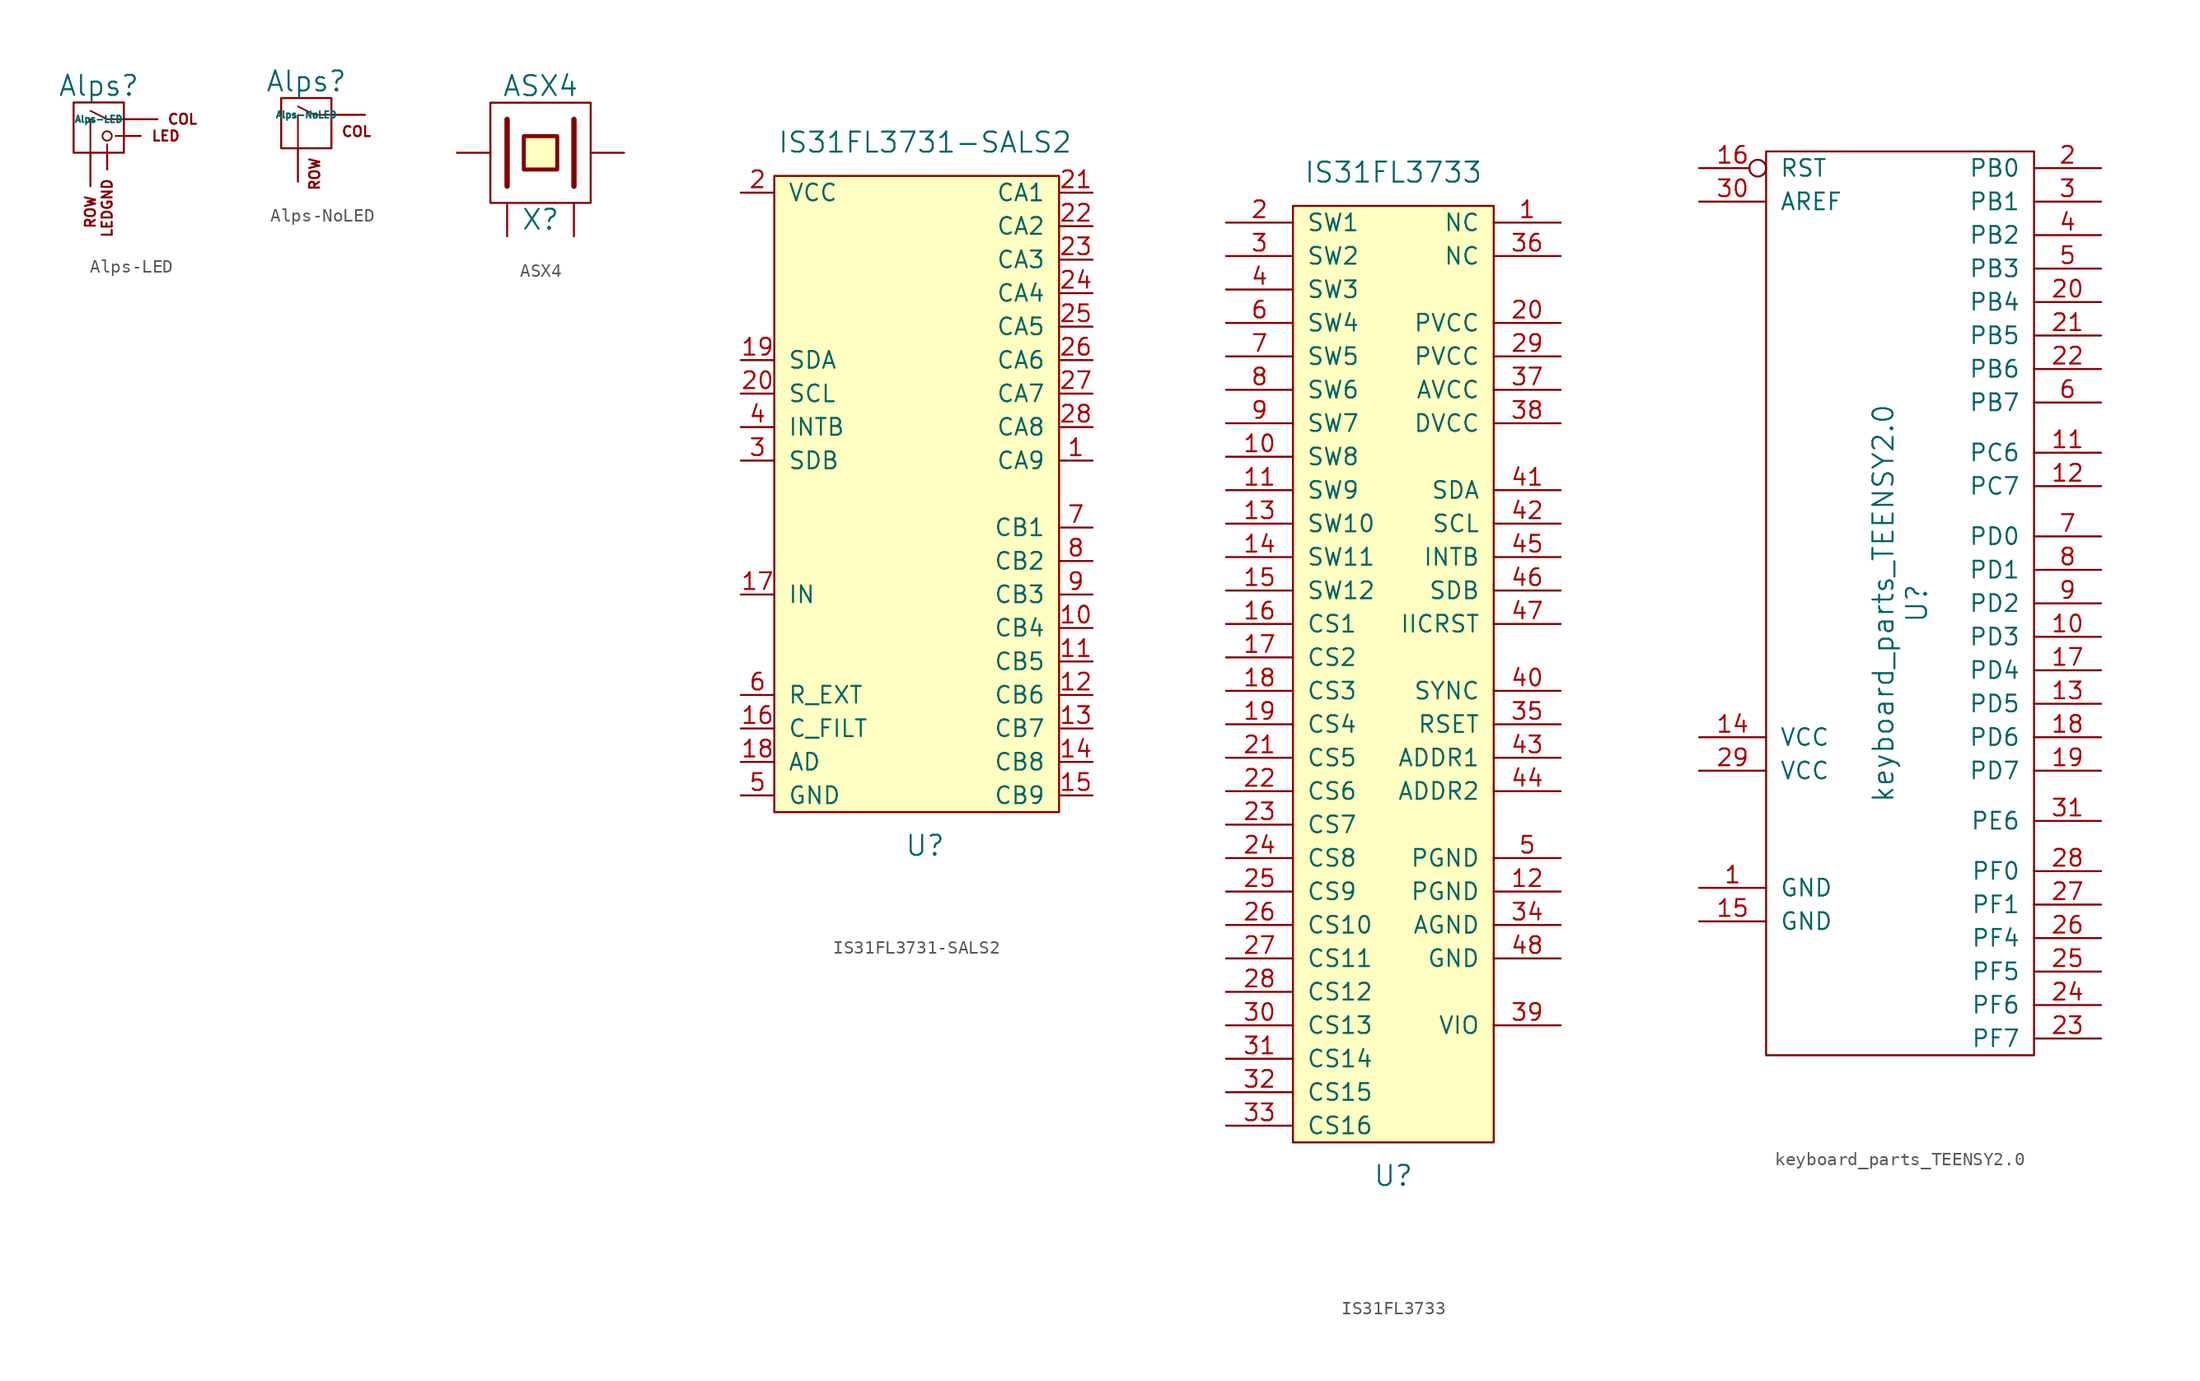
<source format=kicad_sym>
(kicad_symbol_lib
  (version 20220914)
  (generator kicad_symbol_editor)
  (symbol "Alps-LED"
    (pin_names
      (offset 1.016))
    (property "Reference" "Alps"
      (at -0.635 3.81 0)
      (effects (font (size 1.524 1.524))))
    (property "Value" "Alps-LED"
      (at -0.635 1.27 0)
      (effects (font (size 0.508 0.508))))
    (symbol "Alps-LED_0_0"
      (rectangle (start -2.54 2.54) (end 1.27 -1.27) (stroke (width 0) (type solid)) (fill (type none)))
      (polyline (pts (xy -1.27 -1.27) (xy -1.27 1.27)) (stroke (width 0.127) (type solid)) (fill (type none)))
      (polyline (pts (xy 0 -1.27) (xy 0 -0.635)) (stroke (width 0.127) (type solid)) (fill (type none)))
      (polyline (pts (xy 1.27 0) (xy 0.635 0)) (stroke (width 0.127) (type solid)) (fill (type none)))
      (polyline (pts (xy 1.27 1.27) (xy 0 1.27) (xy -1.27 1.905)) (stroke (width 0.127) (type solid)) (fill (type none)))
      (circle (center 0 0) (radius 0.356) (stroke (width 0.127) (type solid)) (fill (type none)))
      (text "COL" (at 5.715 1.27 0) (effects (font (size 0.762 0.762))))
      (text "LED" (at 4.445 0 0) (effects (font (size 0.762 0.762))))
      (text "ROW" (at -1.27 -4.445 900) (effects (font (size 0.762 0.762)) (justify right))))
    (symbol "Alps-LED_1_0"
      (text "LEDGND" (at 0 -3.175 900) (effects (font (size 0.762 0.762)) (justify right))))
    (symbol "Alps-LED_1_1"
      (pin passive line (at 3.81 1.27 180) (length 2.54) (name "COL" (effects (font (size 0 0)))) (number "1" (effects (font (size 0 0)))))
      (pin passive line (at -1.27 -3.81 90) (length 2.54) (name "ROW" (effects (font (size 0 0)))) (number "2" (effects (font (size 0 0)))))
      (pin input line (at 2.54 0 180) (length 1.27) (name "LED" (effects (font (size 0 0)))) (number "3" (effects (font (size 0 0)))))
      (pin passive line (at 0 -2.54 90) (length 1.27) (name "LEDGND" (effects (font (size 0 0)))) (number "4" (effects (font (size 0 0)))))))
  (symbol "Alps-NoLED"
    (pin_names
      (offset 1.016))
    (property "Reference" "Alps"
      (at -0.635 3.81 0)
      (effects (font (size 1.524 1.524))))
    (property "Value" "Alps-NoLED"
      (at -0.635 1.27 0)
      (effects (font (size 0.508 0.508))))
    (symbol "Alps-NoLED_0_0"
      (rectangle (start -2.54 2.54) (end 1.27 -1.27) (stroke (width 0) (type solid)) (fill (type none)))
      (polyline (pts (xy -1.27 -1.27) (xy -1.27 1.27)) (stroke (width 0.127) (type solid)) (fill (type none)))
      (polyline (pts (xy 1.27 1.27) (xy 0 1.27) (xy -1.27 1.905)) (stroke (width 0.127) (type solid)) (fill (type none)))
      (text "COL" (at 3.175 0 0) (effects (font (size 0.762 0.762))))
      (text "ROW" (at 0 -1.905 900) (effects (font (size 0.762 0.762)) (justify right))))
    (symbol "Alps-NoLED_1_1"
      (pin passive line (at 3.81 1.27 180) (length 2.54) (name "COL" (effects (font (size 0 0)))) (number "1" (effects (font (size 0 0)))))
      (pin passive line (at -1.27 -3.81 90) (length 2.54) (name "ROW" (effects (font (size 0 0)))) (number "2" (effects (font (size 0 0)))))))
  (symbol "ASX4"
    (pin_numbers hide)
    (pin_names
      (offset 1.016) hide)
    (property "Reference" "X"
      (at 0 -5.08 0)
      (effects (font (size 1.524 1.524))))
    (property "Value" "ASX4"
      (at 0 5.08 0)
      (effects (font (size 1.524 1.524))))
    (symbol "ASX4_0_1"
      (rectangle (start -3.81 3.81) (end 3.81 -3.81) (stroke (width 0) (type solid)) (fill (type none)))
      (polyline (pts (xy -2.54 2.54) (xy -2.54 -2.54)) (stroke (width 0.406) (type solid)) (fill (type none)))
      (polyline (pts (xy 2.54 2.54) (xy 2.54 -2.54)) (stroke (width 0.406) (type solid)) (fill (type none)))
      (polyline (pts (xy -1.27 1.27) (xy 1.27 1.27) (xy 1.27 -1.27) (xy -1.27 -1.27) (xy -1.27 1.27)) (stroke (width 0.305) (type solid)) (fill (type background))))
    (symbol "ASX4_1_1"
      (pin passive line (at -6.35 0 0) (length 2.54) (name "1" (effects (font (size 1.016 1.016)))) (number "1" (effects (font (size 1.016 1.016)))))
      (pin power_in line (at -2.54 -6.35 90) (length 2.54) (name "GND" (effects (font (size 1.27 1.27)))) (number "2" (effects (font (size 1.27 1.27)))))
      (pin passive line (at 6.35 0 180) (length 2.54) (name "2" (effects (font (size 1.016 1.016)))) (number "3" (effects (font (size 1.016 1.016)))))
      (pin power_in line (at 2.54 -6.35 90) (length 2.54) (name "GND" (effects (font (size 1.27 1.27)))) (number "4" (effects (font (size 1.27 1.27)))))))
  (symbol "IS31FL3731-SALS2"
    (pin_names
      (offset 1.016))
    (property "Reference" "U"
      (at 0 -26.67 0)
      (effects (font (size 1.524 1.524))))
    (property "Value" "IS31FL3731-SALS2"
      (at 0 26.67 0)
      (effects (font (size 1.524 1.524))))
    (symbol "IS31FL3731-SALS2_0_1"
      (rectangle (start 10.16 24.13) (end -11.43 -24.13) (stroke (width 0) (type solid)) (fill (type background))))
    (symbol "IS31FL3731-SALS2_1_1"
      (pin input line (at 12.7 2.54 180) (length 2.54) (name "CA9" (effects (font (size 1.27 1.27)))) (number "1" (effects (font (size 1.27 1.27)))))
      (pin input line (at 12.7 -10.16 180) (length 2.54) (name "CB4" (effects (font (size 1.27 1.27)))) (number "10" (effects (font (size 1.27 1.27)))))
      (pin input line (at 12.7 -12.7 180) (length 2.54) (name "CB5" (effects (font (size 1.27 1.27)))) (number "11" (effects (font (size 1.27 1.27)))))
      (pin input line (at 12.7 -15.24 180) (length 2.54) (name "CB6" (effects (font (size 1.27 1.27)))) (number "12" (effects (font (size 1.27 1.27)))))
      (pin input line (at 12.7 -17.78 180) (length 2.54) (name "CB7" (effects (font (size 1.27 1.27)))) (number "13" (effects (font (size 1.27 1.27)))))
      (pin input line (at 12.7 -20.32 180) (length 2.54) (name "CB8" (effects (font (size 1.27 1.27)))) (number "14" (effects (font (size 1.27 1.27)))))
      (pin input line (at 12.7 -22.86 180) (length 2.54) (name "CB9" (effects (font (size 1.27 1.27)))) (number "15" (effects (font (size 1.27 1.27)))))
      (pin input line (at -13.97 -17.78 0) (length 2.54) (name "C_FILT" (effects (font (size 1.27 1.27)))) (number "16" (effects (font (size 1.27 1.27)))))
      (pin input line (at -13.97 -7.62 0) (length 2.54) (name "IN" (effects (font (size 1.27 1.27)))) (number "17" (effects (font (size 1.27 1.27)))))
      (pin input line (at -13.97 -20.32 0) (length 2.54) (name "AD" (effects (font (size 1.27 1.27)))) (number "18" (effects (font (size 1.27 1.27)))))
      (pin input line (at -13.97 10.16 0) (length 2.54) (name "SDA" (effects (font (size 1.27 1.27)))) (number "19" (effects (font (size 1.27 1.27)))))
      (pin input line (at -13.97 22.86 0) (length 2.54) (name "VCC" (effects (font (size 1.27 1.27)))) (number "2" (effects (font (size 1.27 1.27)))))
      (pin input line (at -13.97 7.62 0) (length 2.54) (name "SCL" (effects (font (size 1.27 1.27)))) (number "20" (effects (font (size 1.27 1.27)))))
      (pin input line (at 12.7 22.86 180) (length 2.54) (name "CA1" (effects (font (size 1.27 1.27)))) (number "21" (effects (font (size 1.27 1.27)))))
      (pin input line (at 12.7 20.32 180) (length 2.54) (name "CA2" (effects (font (size 1.27 1.27)))) (number "22" (effects (font (size 1.27 1.27)))))
      (pin input line (at 12.7 17.78 180) (length 2.54) (name "CA3" (effects (font (size 1.27 1.27)))) (number "23" (effects (font (size 1.27 1.27)))))
      (pin input line (at 12.7 15.24 180) (length 2.54) (name "CA4" (effects (font (size 1.27 1.27)))) (number "24" (effects (font (size 1.27 1.27)))))
      (pin input line (at 12.7 12.7 180) (length 2.54) (name "CA5" (effects (font (size 1.27 1.27)))) (number "25" (effects (font (size 1.27 1.27)))))
      (pin input line (at 12.7 10.16 180) (length 2.54) (name "CA6" (effects (font (size 1.27 1.27)))) (number "26" (effects (font (size 1.27 1.27)))))
      (pin input line (at 12.7 7.62 180) (length 2.54) (name "CA7" (effects (font (size 1.27 1.27)))) (number "27" (effects (font (size 1.27 1.27)))))
      (pin input line (at 12.7 5.08 180) (length 2.54) (name "CA8" (effects (font (size 1.27 1.27)))) (number "28" (effects (font (size 1.27 1.27)))))
      (pin input line (at -13.97 2.54 0) (length 2.54) (name "SDB" (effects (font (size 1.27 1.27)))) (number "3" (effects (font (size 1.27 1.27)))))
      (pin input line (at -13.97 5.08 0) (length 2.54) (name "INTB" (effects (font (size 1.27 1.27)))) (number "4" (effects (font (size 1.27 1.27)))))
      (pin input line (at -13.97 -22.86 0) (length 2.54) (name "GND" (effects (font (size 1.27 1.27)))) (number "5" (effects (font (size 1.27 1.27)))))
      (pin input line (at -13.97 -15.24 0) (length 2.54) (name "R_EXT" (effects (font (size 1.27 1.27)))) (number "6" (effects (font (size 1.27 1.27)))))
      (pin input line (at 12.7 -2.54 180) (length 2.54) (name "CB1" (effects (font (size 1.27 1.27)))) (number "7" (effects (font (size 1.27 1.27)))))
      (pin input line (at 12.7 -5.08 180) (length 2.54) (name "CB2" (effects (font (size 1.27 1.27)))) (number "8" (effects (font (size 1.27 1.27)))))
      (pin input line (at 12.7 -7.62 180) (length 2.54) (name "CB3" (effects (font (size 1.27 1.27)))) (number "9" (effects (font (size 1.27 1.27)))))))
  (symbol "IS31FL3733"
    (pin_names
      (offset 1.016))
    (property "Reference" "U"
      (at 0 -41.91 0)
      (effects (font (size 1.524 1.524))))
    (property "Value" "IS31FL3733"
      (at 0 34.29 0)
      (effects (font (size 1.524 1.524))))
    (symbol "IS31FL3733_0_1"
      (rectangle (start -7.62 31.75) (end 7.62 -39.37) (stroke (width 0) (type solid)) (fill (type background))))
    (symbol "IS31FL3733_1_1"
      (pin input line (at 12.7 30.48 180) (length 5.08) (name "NC" (effects (font (size 1.27 1.27)))) (number "1" (effects (font (size 1.27 1.27)))))
      (pin input line (at -12.7 12.7 0) (length 5.08) (name "SW8" (effects (font (size 1.27 1.27)))) (number "10" (effects (font (size 1.27 1.27)))))
      (pin input line (at -12.7 10.16 0) (length 5.08) (name "SW9" (effects (font (size 1.27 1.27)))) (number "11" (effects (font (size 1.27 1.27)))))
      (pin input line (at 12.7 -20.32 180) (length 5.08) (name "PGND" (effects (font (size 1.27 1.27)))) (number "12" (effects (font (size 1.27 1.27)))))
      (pin input line (at -12.7 7.62 0) (length 5.08) (name "SW10" (effects (font (size 1.27 1.27)))) (number "13" (effects (font (size 1.27 1.27)))))
      (pin input line (at -12.7 5.08 0) (length 5.08) (name "SW11" (effects (font (size 1.27 1.27)))) (number "14" (effects (font (size 1.27 1.27)))))
      (pin input line (at -12.7 2.54 0) (length 5.08) (name "SW12" (effects (font (size 1.27 1.27)))) (number "15" (effects (font (size 1.27 1.27)))))
      (pin input line (at -12.7 0 0) (length 5.08) (name "CS1" (effects (font (size 1.27 1.27)))) (number "16" (effects (font (size 1.27 1.27)))))
      (pin input line (at -12.7 -2.54 0) (length 5.08) (name "CS2" (effects (font (size 1.27 1.27)))) (number "17" (effects (font (size 1.27 1.27)))))
      (pin input line (at -12.7 -5.08 0) (length 5.08) (name "CS3" (effects (font (size 1.27 1.27)))) (number "18" (effects (font (size 1.27 1.27)))))
      (pin input line (at -12.7 -7.62 0) (length 5.08) (name "CS4" (effects (font (size 1.27 1.27)))) (number "19" (effects (font (size 1.27 1.27)))))
      (pin input line (at -12.7 30.48 0) (length 5.08) (name "SW1" (effects (font (size 1.27 1.27)))) (number "2" (effects (font (size 1.27 1.27)))))
      (pin input line (at 12.7 22.86 180) (length 5.08) (name "PVCC" (effects (font (size 1.27 1.27)))) (number "20" (effects (font (size 1.27 1.27)))))
      (pin input line (at -12.7 -10.16 0) (length 5.08) (name "CS5" (effects (font (size 1.27 1.27)))) (number "21" (effects (font (size 1.27 1.27)))))
      (pin input line (at -12.7 -12.7 0) (length 5.08) (name "CS6" (effects (font (size 1.27 1.27)))) (number "22" (effects (font (size 1.27 1.27)))))
      (pin input line (at -12.7 -15.24 0) (length 5.08) (name "CS7" (effects (font (size 1.27 1.27)))) (number "23" (effects (font (size 1.27 1.27)))))
      (pin input line (at -12.7 -17.78 0) (length 5.08) (name "CS8" (effects (font (size 1.27 1.27)))) (number "24" (effects (font (size 1.27 1.27)))))
      (pin input line (at -12.7 -20.32 0) (length 5.08) (name "CS9" (effects (font (size 1.27 1.27)))) (number "25" (effects (font (size 1.27 1.27)))))
      (pin input line (at -12.7 -22.86 0) (length 5.08) (name "CS10" (effects (font (size 1.27 1.27)))) (number "26" (effects (font (size 1.27 1.27)))))
      (pin input line (at -12.7 -25.4 0) (length 5.08) (name "CS11" (effects (font (size 1.27 1.27)))) (number "27" (effects (font (size 1.27 1.27)))))
      (pin input line (at -12.7 -27.94 0) (length 5.08) (name "CS12" (effects (font (size 1.27 1.27)))) (number "28" (effects (font (size 1.27 1.27)))))
      (pin input line (at 12.7 20.32 180) (length 5.08) (name "PVCC" (effects (font (size 1.27 1.27)))) (number "29" (effects (font (size 1.27 1.27)))))
      (pin input line (at -12.7 27.94 0) (length 5.08) (name "SW2" (effects (font (size 1.27 1.27)))) (number "3" (effects (font (size 1.27 1.27)))))
      (pin input line (at -12.7 -30.48 0) (length 5.08) (name "CS13" (effects (font (size 1.27 1.27)))) (number "30" (effects (font (size 1.27 1.27)))))
      (pin input line (at -12.7 -33.02 0) (length 5.08) (name "CS14" (effects (font (size 1.27 1.27)))) (number "31" (effects (font (size 1.27 1.27)))))
      (pin input line (at -12.7 -35.56 0) (length 5.08) (name "CS15" (effects (font (size 1.27 1.27)))) (number "32" (effects (font (size 1.27 1.27)))))
      (pin input line (at -12.7 -38.1 0) (length 5.08) (name "CS16" (effects (font (size 1.27 1.27)))) (number "33" (effects (font (size 1.27 1.27)))))
      (pin input line (at 12.7 -22.86 180) (length 5.08) (name "AGND" (effects (font (size 1.27 1.27)))) (number "34" (effects (font (size 1.27 1.27)))))
      (pin input line (at 12.7 -7.62 180) (length 5.08) (name "RSET" (effects (font (size 1.27 1.27)))) (number "35" (effects (font (size 1.27 1.27)))))
      (pin input line (at 12.7 27.94 180) (length 5.08) (name "NC" (effects (font (size 1.27 1.27)))) (number "36" (effects (font (size 1.27 1.27)))))
      (pin input line (at 12.7 17.78 180) (length 5.08) (name "AVCC" (effects (font (size 1.27 1.27)))) (number "37" (effects (font (size 1.27 1.27)))))
      (pin input line (at 12.7 15.24 180) (length 5.08) (name "DVCC" (effects (font (size 1.27 1.27)))) (number "38" (effects (font (size 1.27 1.27)))))
      (pin input line (at 12.7 -30.48 180) (length 5.08) (name "VIO" (effects (font (size 1.27 1.27)))) (number "39" (effects (font (size 1.27 1.27)))))
      (pin input line (at -12.7 25.4 0) (length 5.08) (name "SW3" (effects (font (size 1.27 1.27)))) (number "4" (effects (font (size 1.27 1.27)))))
      (pin input line (at 12.7 -5.08 180) (length 5.08) (name "SYNC" (effects (font (size 1.27 1.27)))) (number "40" (effects (font (size 1.27 1.27)))))
      (pin input line (at 12.7 10.16 180) (length 5.08) (name "SDA" (effects (font (size 1.27 1.27)))) (number "41" (effects (font (size 1.27 1.27)))))
      (pin input line (at 12.7 7.62 180) (length 5.08) (name "SCL" (effects (font (size 1.27 1.27)))) (number "42" (effects (font (size 1.27 1.27)))))
      (pin input line (at 12.7 -10.16 180) (length 5.08) (name "ADDR1" (effects (font (size 1.27 1.27)))) (number "43" (effects (font (size 1.27 1.27)))))
      (pin input line (at 12.7 -12.7 180) (length 5.08) (name "ADDR2" (effects (font (size 1.27 1.27)))) (number "44" (effects (font (size 1.27 1.27)))))
      (pin input line (at 12.7 5.08 180) (length 5.08) (name "INTB" (effects (font (size 1.27 1.27)))) (number "45" (effects (font (size 1.27 1.27)))))
      (pin input line (at 12.7 2.54 180) (length 5.08) (name "SDB" (effects (font (size 1.27 1.27)))) (number "46" (effects (font (size 1.27 1.27)))))
      (pin input line (at 12.7 0 180) (length 5.08) (name "IICRST" (effects (font (size 1.27 1.27)))) (number "47" (effects (font (size 1.27 1.27)))))
      (pin input line (at 12.7 -25.4 180) (length 5.08) (name "GND" (effects (font (size 1.27 1.27)))) (number "48" (effects (font (size 1.27 1.27)))))
      (pin input line (at 12.7 -17.78 180) (length 5.08) (name "PGND" (effects (font (size 1.27 1.27)))) (number "5" (effects (font (size 1.27 1.27)))))
      (pin input line (at -12.7 22.86 0) (length 5.08) (name "SW4" (effects (font (size 1.27 1.27)))) (number "6" (effects (font (size 1.27 1.27)))))
      (pin input line (at -12.7 20.32 0) (length 5.08) (name "SW5" (effects (font (size 1.27 1.27)))) (number "7" (effects (font (size 1.27 1.27)))))
      (pin input line (at -12.7 17.78 0) (length 5.08) (name "SW6" (effects (font (size 1.27 1.27)))) (number "8" (effects (font (size 1.27 1.27)))))
      (pin input line (at -12.7 15.24 0) (length 5.08) (name "SW7" (effects (font (size 1.27 1.27)))) (number "9" (effects (font (size 1.27 1.27)))))))
  (symbol "keyboard_parts_TEENSY2.0"
    (pin_names
      (offset 1.016))
    (property "Reference" "U"
      (at 1.27 0 90)
      (effects (font (size 1.524 1.524))))
    (property "Value" "keyboard_parts_TEENSY2.0"
      (at -1.27 0 90)
      (effects (font (size 1.524 1.524))))
    (property "Footprint" ""
      (at 0 0 0)
      (effects (font (size 1.524 1.524))))
    (property "Datasheet" ""
      (at 0 0 0)
      (effects (font (size 1.524 1.524))))
    (symbol "keyboard_parts_TEENSY2.0_0_1"
      (rectangle (start -10.16 34.29) (end 10.16 -34.29) (stroke (width 0) (type solid)) (fill (type none))))
    (symbol "keyboard_parts_TEENSY2.0_1_1"
      (pin power_out line (at -15.24 -21.59 0) (length 5.08) (name "GND" (effects (font (size 1.27 1.27)))) (number "1" (effects (font (size 1.27 1.27)))))
      (pin bidirectional line (at 15.24 -2.54 180) (length 5.08) (name "PD3" (effects (font (size 1.27 1.27)))) (number "10" (effects (font (size 1.27 1.27)))))
      (pin bidirectional line (at 15.24 11.43 180) (length 5.08) (name "PC6" (effects (font (size 1.27 1.27)))) (number "11" (effects (font (size 1.27 1.27)))))
      (pin bidirectional line (at 15.24 8.89 180) (length 5.08) (name "PC7" (effects (font (size 1.27 1.27)))) (number "12" (effects (font (size 1.27 1.27)))))
      (pin bidirectional line (at 15.24 -7.62 180) (length 5.08) (name "PD5" (effects (font (size 1.27 1.27)))) (number "13" (effects (font (size 1.27 1.27)))))
      (pin power_out line (at -15.24 -10.16 0) (length 5.08) (name "VCC" (effects (font (size 1.27 1.27)))) (number "14" (effects (font (size 1.27 1.27)))))
      (pin power_out line (at -15.24 -24.13 0) (length 5.08) (name "GND" (effects (font (size 1.27 1.27)))) (number "15" (effects (font (size 1.27 1.27)))))
      (pin input inverted (at -15.24 33.02 0) (length 5.08) (name "RST" (effects (font (size 1.27 1.27)))) (number "16" (effects (font (size 1.27 1.27)))))
      (pin bidirectional line (at 15.24 -5.08 180) (length 5.08) (name "PD4" (effects (font (size 1.27 1.27)))) (number "17" (effects (font (size 1.27 1.27)))))
      (pin bidirectional line (at 15.24 -10.16 180) (length 5.08) (name "PD6" (effects (font (size 1.27 1.27)))) (number "18" (effects (font (size 1.27 1.27)))))
      (pin bidirectional line (at 15.24 -12.7 180) (length 5.08) (name "PD7" (effects (font (size 1.27 1.27)))) (number "19" (effects (font (size 1.27 1.27)))))
      (pin bidirectional line (at 15.24 33.02 180) (length 5.08) (name "PB0" (effects (font (size 1.27 1.27)))) (number "2" (effects (font (size 1.27 1.27)))))
      (pin bidirectional line (at 15.24 22.86 180) (length 5.08) (name "PB4" (effects (font (size 1.27 1.27)))) (number "20" (effects (font (size 1.27 1.27)))))
      (pin bidirectional line (at 15.24 20.32 180) (length 5.08) (name "PB5" (effects (font (size 1.27 1.27)))) (number "21" (effects (font (size 1.27 1.27)))))
      (pin bidirectional line (at 15.24 17.78 180) (length 5.08) (name "PB6" (effects (font (size 1.27 1.27)))) (number "22" (effects (font (size 1.27 1.27)))))
      (pin bidirectional line (at 15.24 -33.02 180) (length 5.08) (name "PF7" (effects (font (size 1.27 1.27)))) (number "23" (effects (font (size 1.27 1.27)))))
      (pin bidirectional line (at 15.24 -30.48 180) (length 5.08) (name "PF6" (effects (font (size 1.27 1.27)))) (number "24" (effects (font (size 1.27 1.27)))))
      (pin bidirectional line (at 15.24 -27.94 180) (length 5.08) (name "PF5" (effects (font (size 1.27 1.27)))) (number "25" (effects (font (size 1.27 1.27)))))
      (pin bidirectional line (at 15.24 -25.4 180) (length 5.08) (name "PF4" (effects (font (size 1.27 1.27)))) (number "26" (effects (font (size 1.27 1.27)))))
      (pin bidirectional line (at 15.24 -22.86 180) (length 5.08) (name "PF1" (effects (font (size 1.27 1.27)))) (number "27" (effects (font (size 1.27 1.27)))))
      (pin bidirectional line (at 15.24 -20.32 180) (length 5.08) (name "PF0" (effects (font (size 1.27 1.27)))) (number "28" (effects (font (size 1.27 1.27)))))
      (pin power_out line (at -15.24 -12.7 0) (length 5.08) (name "VCC" (effects (font (size 1.27 1.27)))) (number "29" (effects (font (size 1.27 1.27)))))
      (pin bidirectional line (at 15.24 30.48 180) (length 5.08) (name "PB1" (effects (font (size 1.27 1.27)))) (number "3" (effects (font (size 1.27 1.27)))))
      (pin input line (at -15.24 30.48 0) (length 5.08) (name "AREF" (effects (font (size 1.27 1.27)))) (number "30" (effects (font (size 1.27 1.27)))))
      (pin bidirectional line (at 15.24 -16.51 180) (length 5.08) (name "PE6" (effects (font (size 1.27 1.27)))) (number "31" (effects (font (size 1.27 1.27)))))
      (pin bidirectional line (at 15.24 27.94 180) (length 5.08) (name "PB2" (effects (font (size 1.27 1.27)))) (number "4" (effects (font (size 1.27 1.27)))))
      (pin bidirectional line (at 15.24 25.4 180) (length 5.08) (name "PB3" (effects (font (size 1.27 1.27)))) (number "5" (effects (font (size 1.27 1.27)))))
      (pin bidirectional line (at 15.24 15.24 180) (length 5.08) (name "PB7" (effects (font (size 1.27 1.27)))) (number "6" (effects (font (size 1.27 1.27)))))
      (pin bidirectional line (at 15.24 5.08 180) (length 5.08) (name "PD0" (effects (font (size 1.27 1.27)))) (number "7" (effects (font (size 1.27 1.27)))))
      (pin bidirectional line (at 15.24 2.54 180) (length 5.08) (name "PD1" (effects (font (size 1.27 1.27)))) (number "8" (effects (font (size 1.27 1.27)))))
      (pin bidirectional line (at 15.24 0 180) (length 5.08) (name "PD2" (effects (font (size 1.27 1.27)))) (number "9" (effects (font (size 1.27 1.27))))))))
</source>
